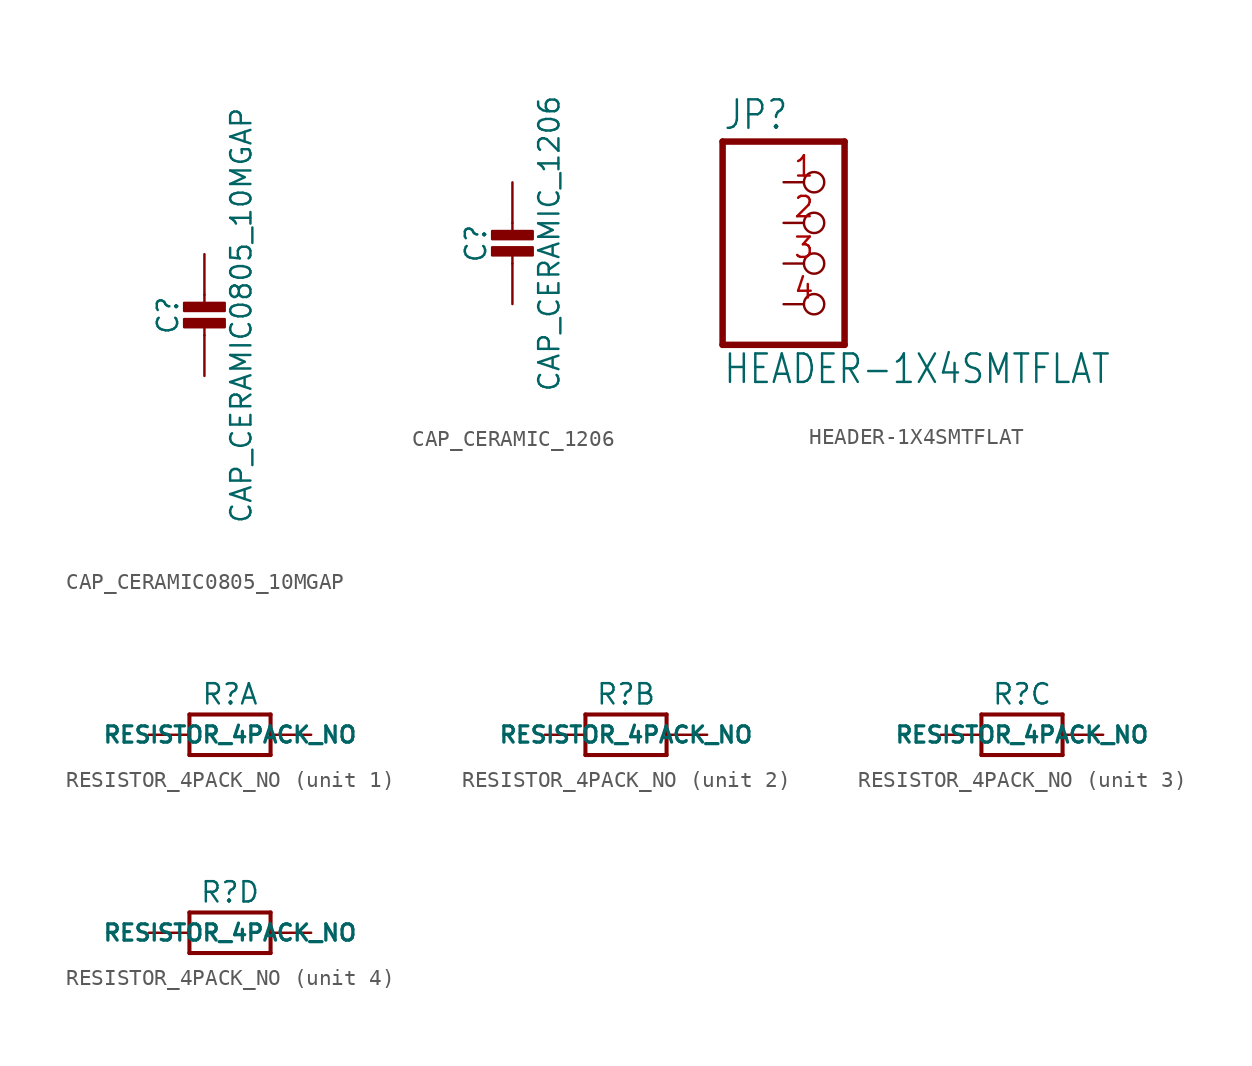
<source format=kicad_sym>
(kicad_symbol_lib
  (version 20211014)
  (generator kicad_symbol_editor)
  (symbol "CAP_CERAMIC0805_10MGAP"
    (property "Reference" "C"
      (at -2.29 1.25 90)
      (effects (font (size 1.27 1.27))))
    (property "Value" "CAP_CERAMIC0805_10MGAP"
      (at 2.3 1.25 90)
      (effects (font (size 1.27 1.27))))
    (property "ki_locked" ""
      (at 0 0 0)
      (effects (font (size 1.27 1.27))))
    (symbol "CAP_CERAMIC0805_10MGAP_1_0"
      (rectangle (start -1.27 0.508) (end 1.27 1.016) (stroke (width 0) (type default) (color 0 0 0 0)) (fill (type outline)))
      (rectangle (start -1.27 1.524) (end 1.27 2.032) (stroke (width 0) (type default) (color 0 0 0 0)) (fill (type outline)))
      (polyline (pts (xy 0 0.762) (xy 0 0)) (stroke (width 0.152) (type default) (color 0 0 0 0)) (fill (type none)))
      (polyline (pts (xy 0 2.54) (xy 0 1.778)) (stroke (width 0.152) (type default) (color 0 0 0 0)) (fill (type none)))
      (pin passive line (at 0 5.08 270) (length 2.54) (name "1" (effects (font (size 0 0)))) (number "1" (effects (font (size 0 0)))))
      (pin passive line (at 0 -2.54 90) (length 2.54) (name "2" (effects (font (size 0 0)))) (number "2" (effects (font (size 0 0)))))))
  (symbol "CAP_CERAMIC_1206"
    (property "Reference" "C"
      (at -2.29 1.25 90)
      (effects (font (size 1.27 1.27))))
    (property "Value" "CAP_CERAMIC_1206"
      (at 2.3 1.25 90)
      (effects (font (size 1.27 1.27))))
    (property "ki_locked" ""
      (at 0 0 0)
      (effects (font (size 1.27 1.27))))
    (symbol "CAP_CERAMIC_1206_1_0"
      (rectangle (start -1.27 0.508) (end 1.27 1.016) (stroke (width 0) (type default) (color 0 0 0 0)) (fill (type outline)))
      (rectangle (start -1.27 1.524) (end 1.27 2.032) (stroke (width 0) (type default) (color 0 0 0 0)) (fill (type outline)))
      (polyline (pts (xy 0 0.762) (xy 0 0)) (stroke (width 0.152) (type default) (color 0 0 0 0)) (fill (type none)))
      (polyline (pts (xy 0 2.54) (xy 0 1.778)) (stroke (width 0.152) (type default) (color 0 0 0 0)) (fill (type none)))
      (pin passive line (at 0 5.08 270) (length 2.54) (name "1" (effects (font (size 0 0)))) (number "1" (effects (font (size 0 0)))))
      (pin passive line (at 0 -2.54 90) (length 2.54) (name "2" (effects (font (size 0 0)))) (number "2" (effects (font (size 0 0)))))))
  (symbol "HEADER-1X4SMTFLAT"
    (property "Reference" "JP"
      (at -6.35 8.255 0)
      (effects (font (size 1.778 1.511)) (justify left bottom)))
    (property "Value" "HEADER-1X4SMTFLAT"
      (at -6.35 -7.62 0)
      (effects (font (size 1.778 1.511)) (justify left bottom)))
    (property "ki_locked" ""
      (at 0 0 0)
      (effects (font (size 1.27 1.27))))
    (symbol "HEADER-1X4SMTFLAT_1_0"
      (polyline (pts (xy -6.35 -5.08) (xy 1.27 -5.08)) (stroke (width 0.406) (type default) (color 0 0 0 0)) (fill (type none)))
      (polyline (pts (xy -6.35 7.62) (xy -6.35 -5.08)) (stroke (width 0.406) (type default) (color 0 0 0 0)) (fill (type none)))
      (polyline (pts (xy 1.27 -5.08) (xy 1.27 7.62)) (stroke (width 0.406) (type default) (color 0 0 0 0)) (fill (type none)))
      (polyline (pts (xy 1.27 7.62) (xy -6.35 7.62)) (stroke (width 0.406) (type default) (color 0 0 0 0)) (fill (type none)))
      (pin passive inverted (at -2.54 5.08 0) (length 2.54) (name "1" (effects (font (size 0 0)))) (number "1" (effects (font (size 1.27 1.27)))))
      (pin passive inverted (at -2.54 2.54 0) (length 2.54) (name "2" (effects (font (size 0 0)))) (number "2" (effects (font (size 1.27 1.27)))))
      (pin passive inverted (at -2.54 0 0) (length 2.54) (name "3" (effects (font (size 0 0)))) (number "3" (effects (font (size 1.27 1.27)))))
      (pin passive inverted (at -2.54 -2.54 0) (length 2.54) (name "4" (effects (font (size 0 0)))) (number "4" (effects (font (size 1.27 1.27)))))))
  (symbol "RESISTOR_4PACK_NO"
    (property "Reference" "R"
      (at 0 2.54 0)
      (effects (font (size 1.27 1.27))))
    (property "Value" "RESISTOR_4PACK_NO"
      (at 0 0 0)
      (effects (font (size 1.016 1.016) bold)))
    (property "ki_locked" ""
      (at 0 0 0)
      (effects (font (size 1.27 1.27))))
    (symbol "RESISTOR_4PACK_NO_1_0"
      (polyline (pts (xy -2.54 -1.27) (xy -2.54 1.27)) (stroke (width 0.254) (type default) (color 0 0 0 0)) (fill (type none)))
      (polyline (pts (xy -2.54 1.27) (xy 2.54 1.27)) (stroke (width 0.254) (type default) (color 0 0 0 0)) (fill (type none)))
      (polyline (pts (xy 2.54 -1.27) (xy -2.54 -1.27)) (stroke (width 0.254) (type default) (color 0 0 0 0)) (fill (type none)))
      (polyline (pts (xy 2.54 1.27) (xy 2.54 -1.27)) (stroke (width 0.254) (type default) (color 0 0 0 0)) (fill (type none)))
      (pin passive line (at -5.08 0 0) (length 2.54) (name "1" (effects (font (size 0 0)))) (number "1" (effects (font (size 0 0)))))
      (pin passive line (at 5.08 0 180) (length 2.54) (name "2" (effects (font (size 0 0)))) (number "8" (effects (font (size 0 0))))))
    (symbol "RESISTOR_4PACK_NO_2_0"
      (polyline (pts (xy -2.54 -1.27) (xy -2.54 1.27)) (stroke (width 0.254) (type default) (color 0 0 0 0)) (fill (type none)))
      (polyline (pts (xy -2.54 1.27) (xy 2.54 1.27)) (stroke (width 0.254) (type default) (color 0 0 0 0)) (fill (type none)))
      (polyline (pts (xy 2.54 -1.27) (xy -2.54 -1.27)) (stroke (width 0.254) (type default) (color 0 0 0 0)) (fill (type none)))
      (polyline (pts (xy 2.54 1.27) (xy 2.54 -1.27)) (stroke (width 0.254) (type default) (color 0 0 0 0)) (fill (type none)))
      (pin passive line (at -5.08 0 0) (length 2.54) (name "1" (effects (font (size 0 0)))) (number "2" (effects (font (size 0 0)))))
      (pin passive line (at 5.08 0 180) (length 2.54) (name "2" (effects (font (size 0 0)))) (number "7" (effects (font (size 0 0))))))
    (symbol "RESISTOR_4PACK_NO_3_0"
      (polyline (pts (xy -2.54 -1.27) (xy -2.54 1.27)) (stroke (width 0.254) (type default) (color 0 0 0 0)) (fill (type none)))
      (polyline (pts (xy -2.54 1.27) (xy 2.54 1.27)) (stroke (width 0.254) (type default) (color 0 0 0 0)) (fill (type none)))
      (polyline (pts (xy 2.54 -1.27) (xy -2.54 -1.27)) (stroke (width 0.254) (type default) (color 0 0 0 0)) (fill (type none)))
      (polyline (pts (xy 2.54 1.27) (xy 2.54 -1.27)) (stroke (width 0.254) (type default) (color 0 0 0 0)) (fill (type none)))
      (pin passive line (at -5.08 0 0) (length 2.54) (name "1" (effects (font (size 0 0)))) (number "3" (effects (font (size 0 0)))))
      (pin passive line (at 5.08 0 180) (length 2.54) (name "2" (effects (font (size 0 0)))) (number "6" (effects (font (size 0 0))))))
    (symbol "RESISTOR_4PACK_NO_4_0"
      (polyline (pts (xy -2.54 -1.27) (xy -2.54 1.27)) (stroke (width 0.254) (type default) (color 0 0 0 0)) (fill (type none)))
      (polyline (pts (xy -2.54 1.27) (xy 2.54 1.27)) (stroke (width 0.254) (type default) (color 0 0 0 0)) (fill (type none)))
      (polyline (pts (xy 2.54 -1.27) (xy -2.54 -1.27)) (stroke (width 0.254) (type default) (color 0 0 0 0)) (fill (type none)))
      (polyline (pts (xy 2.54 1.27) (xy 2.54 -1.27)) (stroke (width 0.254) (type default) (color 0 0 0 0)) (fill (type none)))
      (pin passive line (at -5.08 0 0) (length 2.54) (name "1" (effects (font (size 0 0)))) (number "4" (effects (font (size 0 0)))))
      (pin passive line (at 5.08 0 180) (length 2.54) (name "2" (effects (font (size 0 0)))) (number "5" (effects (font (size 0 0))))))))
</source>
